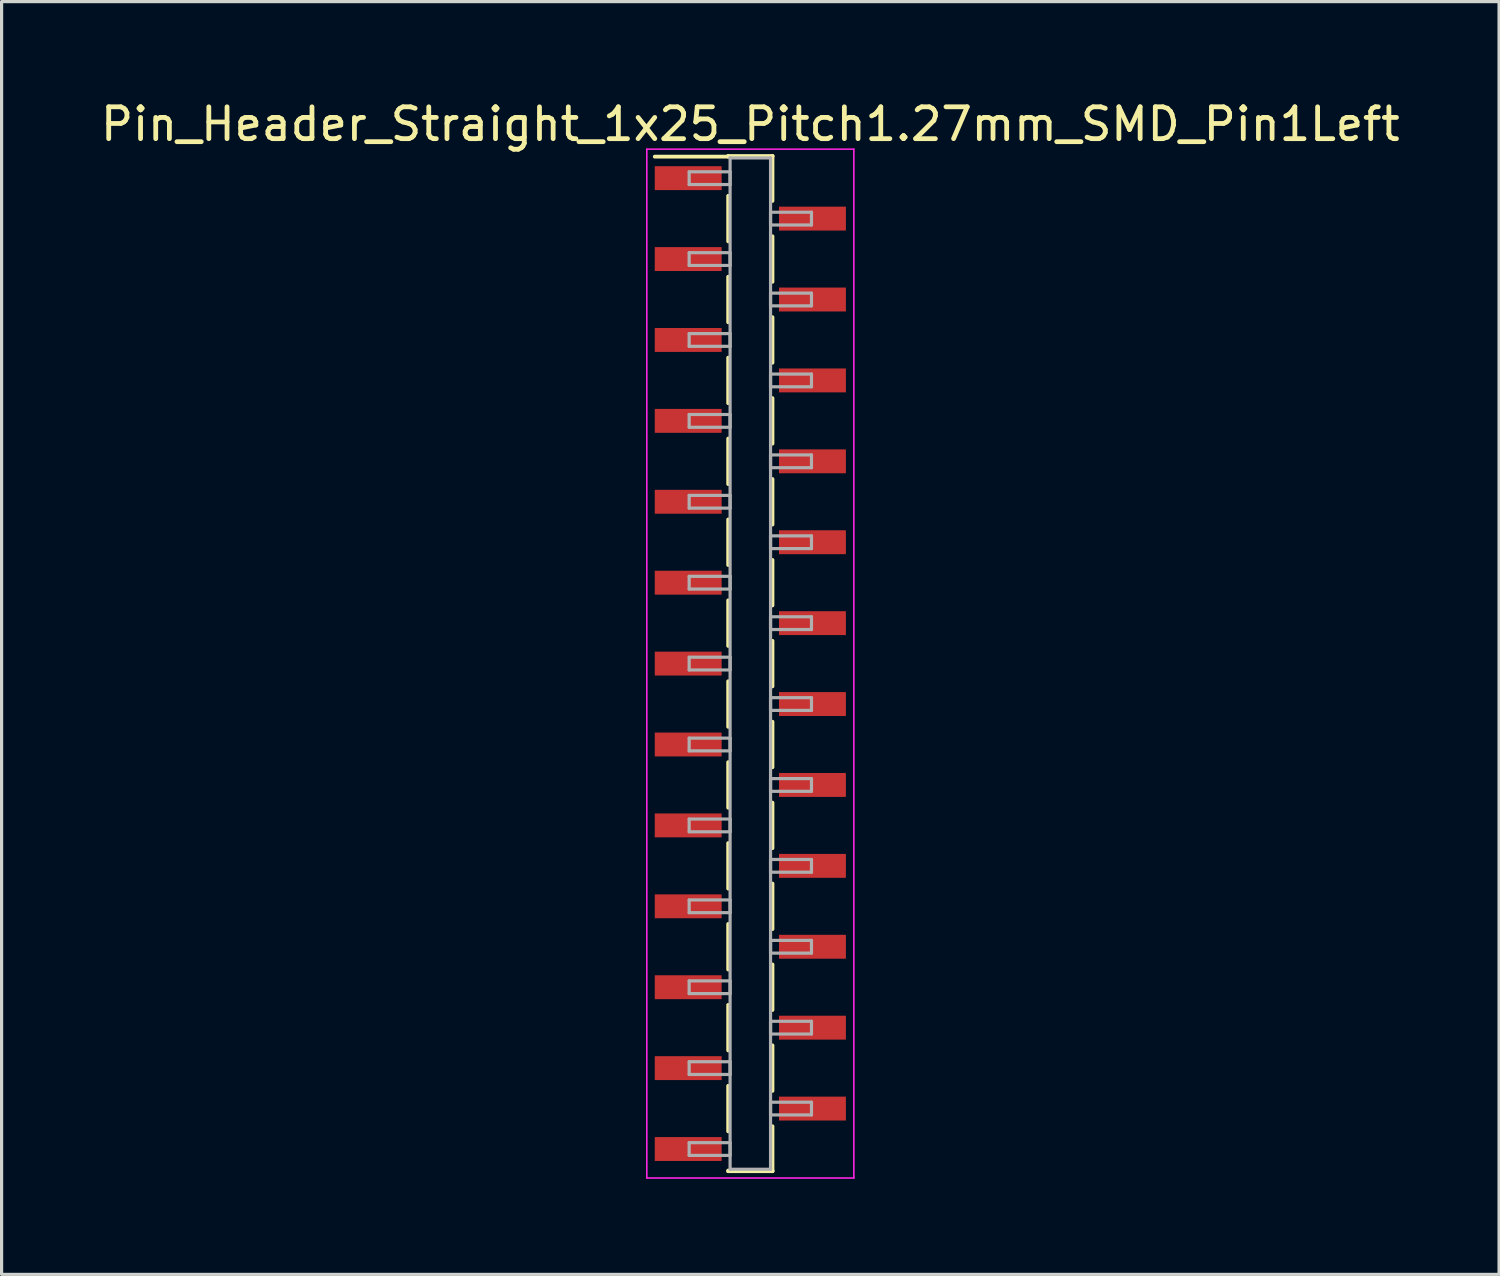
<source format=kicad_pcb>
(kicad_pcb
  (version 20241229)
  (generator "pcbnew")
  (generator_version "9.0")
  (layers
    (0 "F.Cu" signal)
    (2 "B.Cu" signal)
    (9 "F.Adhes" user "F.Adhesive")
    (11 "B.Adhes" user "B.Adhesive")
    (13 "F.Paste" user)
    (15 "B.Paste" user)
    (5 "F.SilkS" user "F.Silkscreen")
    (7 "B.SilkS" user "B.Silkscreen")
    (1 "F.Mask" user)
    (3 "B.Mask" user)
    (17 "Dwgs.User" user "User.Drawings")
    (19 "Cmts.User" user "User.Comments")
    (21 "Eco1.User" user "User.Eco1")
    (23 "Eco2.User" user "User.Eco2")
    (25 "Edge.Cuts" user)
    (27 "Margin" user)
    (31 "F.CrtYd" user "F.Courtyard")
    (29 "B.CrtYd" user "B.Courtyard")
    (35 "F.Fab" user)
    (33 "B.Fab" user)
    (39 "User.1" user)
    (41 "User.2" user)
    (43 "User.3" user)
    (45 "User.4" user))
  (footprint "Pin_Header_Straight_1x25_Pitch1.27mm_SMD_Pin1Left"
    (layer "F.Cu")
    (at 20.506 17.783)
    (property "Reference" "Pin_Header_Straight_1x25_Pitch1.27mm_SMD_Pin1Left" (at 0 -16.935 0) (layer "F.SilkS") (effects (font (size 1 1) (thickness 0.15))))
    (attr smd)
    (fp_line (start -0.695 -15.935) (end 0.695 -15.935) (stroke (width 0.12) (type solid)) (layer "F.SilkS"))
    (fp_line (start -0.695 -15.915) (end -3 -15.915) (stroke (width 0.12) (type solid)) (layer "F.SilkS"))
    (fp_line (start -0.695 -15.915) (end -0.695 -15.935) (stroke (width 0.12) (type solid)) (layer "F.SilkS"))
    (fp_line (start -0.695 -14.685) (end -0.695 -13.255) (stroke (width 0.12) (type solid)) (layer "F.SilkS"))
    (fp_line (start -0.695 -12.145) (end -0.695 -10.715) (stroke (width 0.12) (type solid)) (layer "F.SilkS"))
    (fp_line (start -0.695 -9.605) (end -0.695 -8.175) (stroke (width 0.12) (type solid)) (layer "F.SilkS"))
    (fp_line (start -0.695 -7.065) (end -0.695 -5.635) (stroke (width 0.12) (type solid)) (layer "F.SilkS"))
    (fp_line (start -0.695 -4.525) (end -0.695 -3.095) (stroke (width 0.12) (type solid)) (layer "F.SilkS"))
    (fp_line (start -0.695 -1.985) (end -0.695 -0.555) (stroke (width 0.12) (type solid)) (layer "F.SilkS"))
    (fp_line (start -0.695 0.555) (end -0.695 1.985) (stroke (width 0.12) (type solid)) (layer "F.SilkS"))
    (fp_line (start -0.695 3.095) (end -0.695 4.525) (stroke (width 0.12) (type solid)) (layer "F.SilkS"))
    (fp_line (start -0.695 5.635) (end -0.695 7.065) (stroke (width 0.12) (type solid)) (layer "F.SilkS"))
    (fp_line (start -0.695 8.175) (end -0.695 9.605) (stroke (width 0.12) (type solid)) (layer "F.SilkS"))
    (fp_line (start -0.695 10.715) (end -0.695 12.145) (stroke (width 0.12) (type solid)) (layer "F.SilkS"))
    (fp_line (start -0.695 13.255) (end -0.695 14.685) (stroke (width 0.12) (type solid)) (layer "F.SilkS"))
    (fp_line (start -0.695 15.915) (end -0.695 15.935) (stroke (width 0.12) (type solid)) (layer "F.SilkS"))
    (fp_line (start -0.695 15.935) (end 0.695 15.935) (stroke (width 0.12) (type solid)) (layer "F.SilkS"))
    (fp_line (start 0.695 -15.935) (end 0.695 -15.915) (stroke (width 0.12) (type solid)) (layer "F.SilkS"))
    (fp_line (start 0.695 -15.935) (end 0.695 -14.525) (stroke (width 0.12) (type solid)) (layer "F.SilkS"))
    (fp_line (start 0.695 -13.415) (end 0.695 -11.985) (stroke (width 0.12) (type solid)) (layer "F.SilkS"))
    (fp_line (start 0.695 -10.875) (end 0.695 -9.445) (stroke (width 0.12) (type solid)) (layer "F.SilkS"))
    (fp_line (start 0.695 -8.335) (end 0.695 -6.905) (stroke (width 0.12) (type solid)) (layer "F.SilkS"))
    (fp_line (start 0.695 -5.795) (end 0.695 -4.365) (stroke (width 0.12) (type solid)) (layer "F.SilkS"))
    (fp_line (start 0.695 -3.255) (end 0.695 -1.825) (stroke (width 0.12) (type solid)) (layer "F.SilkS"))
    (fp_line (start 0.695 -0.715) (end 0.695 0.715) (stroke (width 0.12) (type solid)) (layer "F.SilkS"))
    (fp_line (start 0.695 1.825) (end 0.695 3.255) (stroke (width 0.12) (type solid)) (layer "F.SilkS"))
    (fp_line (start 0.695 4.365) (end 0.695 5.795) (stroke (width 0.12) (type solid)) (layer "F.SilkS"))
    (fp_line (start 0.695 6.905) (end 0.695 8.335) (stroke (width 0.12) (type solid)) (layer "F.SilkS"))
    (fp_line (start 0.695 9.445) (end 0.695 10.875) (stroke (width 0.12) (type solid)) (layer "F.SilkS"))
    (fp_line (start 0.695 11.985) (end 0.695 13.415) (stroke (width 0.12) (type solid)) (layer "F.SilkS"))
    (fp_line (start 0.695 14.525) (end 0.695 15.935) (stroke (width 0.12) (type solid)) (layer "F.SilkS"))
    (fp_line (start 0.695 15.935) (end 0.695 15.915) (stroke (width 0.12) (type solid)) (layer "F.SilkS"))
    (fp_line (start -3.25 -16.15) (end -3.25 16.15) (stroke (width 0.05) (type solid)) (layer "F.CrtYd"))
    (fp_line (start -3.25 16.15) (end 3.25 16.15) (stroke (width 0.05) (type solid)) (layer "F.CrtYd"))
    (fp_line (start 3.25 -16.15) (end -3.25 -16.15) (stroke (width 0.05) (type solid)) (layer "F.CrtYd"))
    (fp_line (start 3.25 16.15) (end 3.25 -16.15) (stroke (width 0.05) (type solid)) (layer "F.CrtYd"))
    (fp_line (start -1.92 -15.44) (end -0.635 -15.44) (stroke (width 0.1) (type solid)) (layer "F.Fab"))
    (fp_line (start -1.92 -15.04) (end -1.92 -15.44) (stroke (width 0.1) (type solid)) (layer "F.Fab"))
    (fp_line (start -1.92 -12.9) (end -0.635 -12.9) (stroke (width 0.1) (type solid)) (layer "F.Fab"))
    (fp_line (start -1.92 -12.5) (end -1.92 -12.9) (stroke (width 0.1) (type solid)) (layer "F.Fab"))
    (fp_line (start -1.92 -10.36) (end -0.635 -10.36) (stroke (width 0.1) (type solid)) (layer "F.Fab"))
    (fp_line (start -1.92 -9.96) (end -1.92 -10.36) (stroke (width 0.1) (type solid)) (layer "F.Fab"))
    (fp_line (start -1.92 -7.82) (end -0.635 -7.82) (stroke (width 0.1) (type solid)) (layer "F.Fab"))
    (fp_line (start -1.92 -7.42) (end -1.92 -7.82) (stroke (width 0.1) (type solid)) (layer "F.Fab"))
    (fp_line (start -1.92 -5.28) (end -0.635 -5.28) (stroke (width 0.1) (type solid)) (layer "F.Fab"))
    (fp_line (start -1.92 -4.88) (end -1.92 -5.28) (stroke (width 0.1) (type solid)) (layer "F.Fab"))
    (fp_line (start -1.92 -2.74) (end -0.635 -2.74) (stroke (width 0.1) (type solid)) (layer "F.Fab"))
    (fp_line (start -1.92 -2.34) (end -1.92 -2.74) (stroke (width 0.1) (type solid)) (layer "F.Fab"))
    (fp_line (start -1.92 -0.2) (end -0.635 -0.2) (stroke (width 0.1) (type solid)) (layer "F.Fab"))
    (fp_line (start -1.92 0.2) (end -1.92 -0.2) (stroke (width 0.1) (type solid)) (layer "F.Fab"))
    (fp_line (start -1.92 2.34) (end -0.635 2.34) (stroke (width 0.1) (type solid)) (layer "F.Fab"))
    (fp_line (start -1.92 2.74) (end -1.92 2.34) (stroke (width 0.1) (type solid)) (layer "F.Fab"))
    (fp_line (start -1.92 4.88) (end -0.635 4.88) (stroke (width 0.1) (type solid)) (layer "F.Fab"))
    (fp_line (start -1.92 5.28) (end -1.92 4.88) (stroke (width 0.1) (type solid)) (layer "F.Fab"))
    (fp_line (start -1.92 7.42) (end -0.635 7.42) (stroke (width 0.1) (type solid)) (layer "F.Fab"))
    (fp_line (start -1.92 7.82) (end -1.92 7.42) (stroke (width 0.1) (type solid)) (layer "F.Fab"))
    (fp_line (start -1.92 9.96) (end -0.635 9.96) (stroke (width 0.1) (type solid)) (layer "F.Fab"))
    (fp_line (start -1.92 10.36) (end -1.92 9.96) (stroke (width 0.1) (type solid)) (layer "F.Fab"))
    (fp_line (start -1.92 12.5) (end -0.635 12.5) (stroke (width 0.1) (type solid)) (layer "F.Fab"))
    (fp_line (start -1.92 12.9) (end -1.92 12.5) (stroke (width 0.1) (type solid)) (layer "F.Fab"))
    (fp_line (start -1.92 15.04) (end -0.635 15.04) (stroke (width 0.1) (type solid)) (layer "F.Fab"))
    (fp_line (start -1.92 15.44) (end -1.92 15.04) (stroke (width 0.1) (type solid)) (layer "F.Fab"))
    (fp_line (start -0.635 -15.875) (end -0.635 15.875) (stroke (width 0.1) (type solid)) (layer "F.Fab"))
    (fp_line (start -0.635 -15.44) (end -0.635 -15.04) (stroke (width 0.1) (type solid)) (layer "F.Fab"))
    (fp_line (start -0.635 -15.04) (end -1.92 -15.04) (stroke (width 0.1) (type solid)) (layer "F.Fab"))
    (fp_line (start -0.635 -12.9) (end -0.635 -12.5) (stroke (width 0.1) (type solid)) (layer "F.Fab"))
    (fp_line (start -0.635 -12.5) (end -1.92 -12.5) (stroke (width 0.1) (type solid)) (layer "F.Fab"))
    (fp_line (start -0.635 -10.36) (end -0.635 -9.96) (stroke (width 0.1) (type solid)) (layer "F.Fab"))
    (fp_line (start -0.635 -9.96) (end -1.92 -9.96) (stroke (width 0.1) (type solid)) (layer "F.Fab"))
    (fp_line (start -0.635 -7.82) (end -0.635 -7.42) (stroke (width 0.1) (type solid)) (layer "F.Fab"))
    (fp_line (start -0.635 -7.42) (end -1.92 -7.42) (stroke (width 0.1) (type solid)) (layer "F.Fab"))
    (fp_line (start -0.635 -5.28) (end -0.635 -4.88) (stroke (width 0.1) (type solid)) (layer "F.Fab"))
    (fp_line (start -0.635 -4.88) (end -1.92 -4.88) (stroke (width 0.1) (type solid)) (layer "F.Fab"))
    (fp_line (start -0.635 -2.74) (end -0.635 -2.34) (stroke (width 0.1) (type solid)) (layer "F.Fab"))
    (fp_line (start -0.635 -2.34) (end -1.92 -2.34) (stroke (width 0.1) (type solid)) (layer "F.Fab"))
    (fp_line (start -0.635 -0.2) (end -0.635 0.2) (stroke (width 0.1) (type solid)) (layer "F.Fab"))
    (fp_line (start -0.635 0.2) (end -1.92 0.2) (stroke (width 0.1) (type solid)) (layer "F.Fab"))
    (fp_line (start -0.635 2.34) (end -0.635 2.74) (stroke (width 0.1) (type solid)) (layer "F.Fab"))
    (fp_line (start -0.635 2.74) (end -1.92 2.74) (stroke (width 0.1) (type solid)) (layer "F.Fab"))
    (fp_line (start -0.635 4.88) (end -0.635 5.28) (stroke (width 0.1) (type solid)) (layer "F.Fab"))
    (fp_line (start -0.635 5.28) (end -1.92 5.28) (stroke (width 0.1) (type solid)) (layer "F.Fab"))
    (fp_line (start -0.635 7.42) (end -0.635 7.82) (stroke (width 0.1) (type solid)) (layer "F.Fab"))
    (fp_line (start -0.635 7.82) (end -1.92 7.82) (stroke (width 0.1) (type solid)) (layer "F.Fab"))
    (fp_line (start -0.635 9.96) (end -0.635 10.36) (stroke (width 0.1) (type solid)) (layer "F.Fab"))
    (fp_line (start -0.635 10.36) (end -1.92 10.36) (stroke (width 0.1) (type solid)) (layer "F.Fab"))
    (fp_line (start -0.635 12.5) (end -0.635 12.9) (stroke (width 0.1) (type solid)) (layer "F.Fab"))
    (fp_line (start -0.635 12.9) (end -1.92 12.9) (stroke (width 0.1) (type solid)) (layer "F.Fab"))
    (fp_line (start -0.635 15.04) (end -0.635 15.44) (stroke (width 0.1) (type solid)) (layer "F.Fab"))
    (fp_line (start -0.635 15.44) (end -1.92 15.44) (stroke (width 0.1) (type solid)) (layer "F.Fab"))
    (fp_line (start -0.635 15.875) (end 0.635 15.875) (stroke (width 0.1) (type solid)) (layer "F.Fab"))
    (fp_line (start 0.635 -15.875) (end -0.635 -15.875) (stroke (width 0.1) (type solid)) (layer "F.Fab"))
    (fp_line (start 0.635 -14.17) (end 0.635 -13.77) (stroke (width 0.1) (type solid)) (layer "F.Fab"))
    (fp_line (start 0.635 -13.77) (end 1.92 -13.77) (stroke (width 0.1) (type solid)) (layer "F.Fab"))
    (fp_line (start 0.635 -11.63) (end 0.635 -11.23) (stroke (width 0.1) (type solid)) (layer "F.Fab"))
    (fp_line (start 0.635 -11.23) (end 1.92 -11.23) (stroke (width 0.1) (type solid)) (layer "F.Fab"))
    (fp_line (start 0.635 -9.09) (end 0.635 -8.69) (stroke (width 0.1) (type solid)) (layer "F.Fab"))
    (fp_line (start 0.635 -8.69) (end 1.92 -8.69) (stroke (width 0.1) (type solid)) (layer "F.Fab"))
    (fp_line (start 0.635 -6.55) (end 0.635 -6.15) (stroke (width 0.1) (type solid)) (layer "F.Fab"))
    (fp_line (start 0.635 -6.15) (end 1.92 -6.15) (stroke (width 0.1) (type solid)) (layer "F.Fab"))
    (fp_line (start 0.635 -4.01) (end 0.635 -3.61) (stroke (width 0.1) (type solid)) (layer "F.Fab"))
    (fp_line (start 0.635 -3.61) (end 1.92 -3.61) (stroke (width 0.1) (type solid)) (layer "F.Fab"))
    (fp_line (start 0.635 -1.47) (end 0.635 -1.07) (stroke (width 0.1) (type solid)) (layer "F.Fab"))
    (fp_line (start 0.635 -1.07) (end 1.92 -1.07) (stroke (width 0.1) (type solid)) (layer "F.Fab"))
    (fp_line (start 0.635 1.07) (end 0.635 1.47) (stroke (width 0.1) (type solid)) (layer "F.Fab"))
    (fp_line (start 0.635 1.47) (end 1.92 1.47) (stroke (width 0.1) (type solid)) (layer "F.Fab"))
    (fp_line (start 0.635 3.61) (end 0.635 4.01) (stroke (width 0.1) (type solid)) (layer "F.Fab"))
    (fp_line (start 0.635 4.01) (end 1.92 4.01) (stroke (width 0.1) (type solid)) (layer "F.Fab"))
    (fp_line (start 0.635 6.15) (end 0.635 6.55) (stroke (width 0.1) (type solid)) (layer "F.Fab"))
    (fp_line (start 0.635 6.55) (end 1.92 6.55) (stroke (width 0.1) (type solid)) (layer "F.Fab"))
    (fp_line (start 0.635 8.69) (end 0.635 9.09) (stroke (width 0.1) (type solid)) (layer "F.Fab"))
    (fp_line (start 0.635 9.09) (end 1.92 9.09) (stroke (width 0.1) (type solid)) (layer "F.Fab"))
    (fp_line (start 0.635 11.23) (end 0.635 11.63) (stroke (width 0.1) (type solid)) (layer "F.Fab"))
    (fp_line (start 0.635 11.63) (end 1.92 11.63) (stroke (width 0.1) (type solid)) (layer "F.Fab"))
    (fp_line (start 0.635 13.77) (end 0.635 14.17) (stroke (width 0.1) (type solid)) (layer "F.Fab"))
    (fp_line (start 0.635 14.17) (end 1.92 14.17) (stroke (width 0.1) (type solid)) (layer "F.Fab"))
    (fp_line (start 0.635 15.875) (end 0.635 -15.875) (stroke (width 0.1) (type solid)) (layer "F.Fab"))
    (fp_line (start 1.92 -14.17) (end 0.635 -14.17) (stroke (width 0.1) (type solid)) (layer "F.Fab"))
    (fp_line (start 1.92 -13.77) (end 1.92 -14.17) (stroke (width 0.1) (type solid)) (layer "F.Fab"))
    (fp_line (start 1.92 -11.63) (end 0.635 -11.63) (stroke (width 0.1) (type solid)) (layer "F.Fab"))
    (fp_line (start 1.92 -11.23) (end 1.92 -11.63) (stroke (width 0.1) (type solid)) (layer "F.Fab"))
    (fp_line (start 1.92 -9.09) (end 0.635 -9.09) (stroke (width 0.1) (type solid)) (layer "F.Fab"))
    (fp_line (start 1.92 -8.69) (end 1.92 -9.09) (stroke (width 0.1) (type solid)) (layer "F.Fab"))
    (fp_line (start 1.92 -6.55) (end 0.635 -6.55) (stroke (width 0.1) (type solid)) (layer "F.Fab"))
    (fp_line (start 1.92 -6.15) (end 1.92 -6.55) (stroke (width 0.1) (type solid)) (layer "F.Fab"))
    (fp_line (start 1.92 -4.01) (end 0.635 -4.01) (stroke (width 0.1) (type solid)) (layer "F.Fab"))
    (fp_line (start 1.92 -3.61) (end 1.92 -4.01) (stroke (width 0.1) (type solid)) (layer "F.Fab"))
    (fp_line (start 1.92 -1.47) (end 0.635 -1.47) (stroke (width 0.1) (type solid)) (layer "F.Fab"))
    (fp_line (start 1.92 -1.07) (end 1.92 -1.47) (stroke (width 0.1) (type solid)) (layer "F.Fab"))
    (fp_line (start 1.92 1.07) (end 0.635 1.07) (stroke (width 0.1) (type solid)) (layer "F.Fab"))
    (fp_line (start 1.92 1.47) (end 1.92 1.07) (stroke (width 0.1) (type solid)) (layer "F.Fab"))
    (fp_line (start 1.92 3.61) (end 0.635 3.61) (stroke (width 0.1) (type solid)) (layer "F.Fab"))
    (fp_line (start 1.92 4.01) (end 1.92 3.61) (stroke (width 0.1) (type solid)) (layer "F.Fab"))
    (fp_line (start 1.92 6.15) (end 0.635 6.15) (stroke (width 0.1) (type solid)) (layer "F.Fab"))
    (fp_line (start 1.92 6.55) (end 1.92 6.15) (stroke (width 0.1) (type solid)) (layer "F.Fab"))
    (fp_line (start 1.92 8.69) (end 0.635 8.69) (stroke (width 0.1) (type solid)) (layer "F.Fab"))
    (fp_line (start 1.92 9.09) (end 1.92 8.69) (stroke (width 0.1) (type solid)) (layer "F.Fab"))
    (fp_line (start 1.92 11.23) (end 0.635 11.23) (stroke (width 0.1) (type solid)) (layer "F.Fab"))
    (fp_line (start 1.92 11.63) (end 1.92 11.23) (stroke (width 0.1) (type solid)) (layer "F.Fab"))
    (fp_line (start 1.92 13.77) (end 0.635 13.77) (stroke (width 0.1) (type solid)) (layer "F.Fab"))
    (fp_line (start 1.92 14.17) (end 1.92 13.77) (stroke (width 0.1) (type solid)) (layer "F.Fab"))
    (pad "1" smd rect (at -1.95 -15.24) (size 2.1 0.75) (layers "F.Cu" "F.Mask"))
    (pad "2" smd rect (at 1.95 -13.97) (size 2.1 0.75) (layers "F.Cu" "F.Mask"))
    (pad "3" smd rect (at -1.95 -12.7) (size 2.1 0.75) (layers "F.Cu" "F.Mask"))
    (pad "4" smd rect (at 1.95 -11.43) (size 2.1 0.75) (layers "F.Cu" "F.Mask"))
    (pad "5" smd rect (at -1.95 -10.16) (size 2.1 0.75) (layers "F.Cu" "F.Mask"))
    (pad "6" smd rect (at 1.95 -8.89) (size 2.1 0.75) (layers "F.Cu" "F.Mask"))
    (pad "7" smd rect (at -1.95 -7.62) (size 2.1 0.75) (layers "F.Cu" "F.Mask"))
    (pad "8" smd rect (at 1.95 -6.35) (size 2.1 0.75) (layers "F.Cu" "F.Mask"))
    (pad "9" smd rect (at -1.95 -5.08) (size 2.1 0.75) (layers "F.Cu" "F.Mask"))
    (pad "10" smd rect (at 1.95 -3.81) (size 2.1 0.75) (layers "F.Cu" "F.Mask"))
    (pad "11" smd rect (at -1.95 -2.54) (size 2.1 0.75) (layers "F.Cu" "F.Mask"))
    (pad "12" smd rect (at 1.95 -1.27) (size 2.1 0.75) (layers "F.Cu" "F.Mask"))
    (pad "13" smd rect (at -1.95 0) (size 2.1 0.75) (layers "F.Cu" "F.Mask"))
    (pad "14" smd rect (at 1.95 1.27) (size 2.1 0.75) (layers "F.Cu" "F.Mask"))
    (pad "15" smd rect (at -1.95 2.54) (size 2.1 0.75) (layers "F.Cu" "F.Mask"))
    (pad "16" smd rect (at 1.95 3.81) (size 2.1 0.75) (layers "F.Cu" "F.Mask"))
    (pad "17" smd rect (at -1.95 5.08) (size 2.1 0.75) (layers "F.Cu" "F.Mask"))
    (pad "18" smd rect (at 1.95 6.35) (size 2.1 0.75) (layers "F.Cu" "F.Mask"))
    (pad "19" smd rect (at -1.95 7.62) (size 2.1 0.75) (layers "F.Cu" "F.Mask"))
    (pad "20" smd rect (at 1.95 8.89) (size 2.1 0.75) (layers "F.Cu" "F.Mask"))
    (pad "21" smd rect (at -1.95 10.16) (size 2.1 0.75) (layers "F.Cu" "F.Mask"))
    (pad "22" smd rect (at 1.95 11.43) (size 2.1 0.75) (layers "F.Cu" "F.Mask"))
    (pad "23" smd rect (at -1.95 12.7) (size 2.1 0.75) (layers "F.Cu" "F.Mask"))
    (pad "24" smd rect (at 1.95 13.97) (size 2.1 0.75) (layers "F.Cu" "F.Mask"))
    (pad "25" smd rect (at -1.95 15.24) (size 2.1 0.75) (layers "F.Cu" "F.Mask")))
  (gr_rect
    (start -3 -3)
    (end 44.012 36.958)
    (stroke (width 0.1) (type default))
    (fill no)
    (layer "Edge.Cuts")))
</source>
